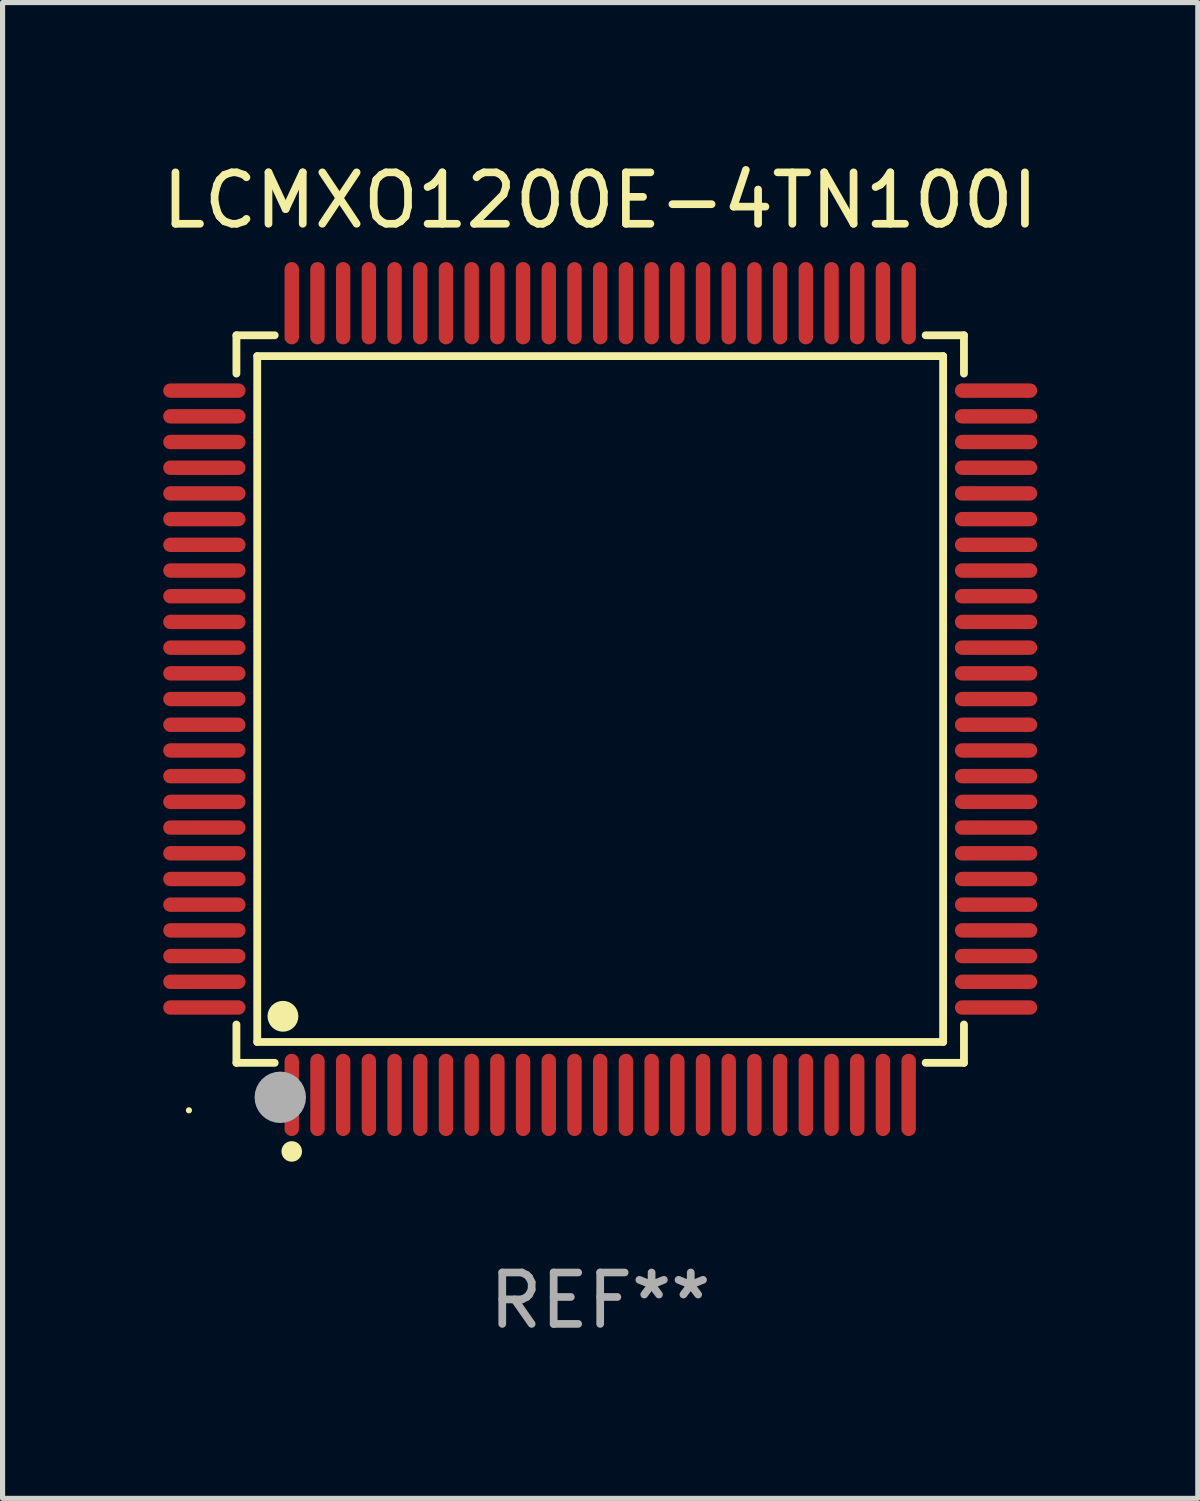
<source format=kicad_pcb>
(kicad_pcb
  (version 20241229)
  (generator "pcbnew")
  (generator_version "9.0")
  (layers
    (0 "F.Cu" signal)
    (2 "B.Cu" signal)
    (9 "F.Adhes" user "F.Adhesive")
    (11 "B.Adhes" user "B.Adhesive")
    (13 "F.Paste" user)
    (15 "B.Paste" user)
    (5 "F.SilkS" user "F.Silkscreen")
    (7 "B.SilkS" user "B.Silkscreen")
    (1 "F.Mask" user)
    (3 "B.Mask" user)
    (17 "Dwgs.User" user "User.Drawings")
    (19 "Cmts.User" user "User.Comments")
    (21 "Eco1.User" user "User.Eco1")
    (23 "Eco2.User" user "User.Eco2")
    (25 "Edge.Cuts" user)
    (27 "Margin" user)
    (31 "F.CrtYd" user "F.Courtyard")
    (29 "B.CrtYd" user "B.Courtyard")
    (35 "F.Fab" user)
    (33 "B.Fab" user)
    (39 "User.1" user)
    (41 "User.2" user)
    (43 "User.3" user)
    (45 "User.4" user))
  (footprint "LCMXO1200E-4TN100I"
    (layer "F.Cu")
    (at 8.625 10.548)
    (property "Reference" "LCMXO1200E-4TN100I" (at 0 -9.7 0) (layer "F.SilkS") (effects (font (size 1 1) (thickness 0.15))))
    (attr through_hole)
    (fp_line (start -7.076 -7.076) (end -6.331 -7.076) (stroke (width 0.152) (type solid)) (layer "F.SilkS"))
    (fp_line (start -7.076 -6.331) (end -7.076 -7.076) (stroke (width 0.152) (type solid)) (layer "F.SilkS"))
    (fp_line (start -7.076 6.331) (end -7.076 7.076) (stroke (width 0.152) (type solid)) (layer "F.SilkS"))
    (fp_line (start -7.076 7.076) (end -6.331 7.076) (stroke (width 0.152) (type solid)) (layer "F.SilkS"))
    (fp_line (start -6.671 -6.671) (end 6.671 -6.671) (stroke (width 0.152) (type solid)) (layer "F.SilkS"))
    (fp_line (start -6.671 6.671) (end -6.671 -6.671) (stroke (width 0.152) (type solid)) (layer "F.SilkS"))
    (fp_line (start 6.671 -6.671) (end 6.671 6.671) (stroke (width 0.152) (type solid)) (layer "F.SilkS"))
    (fp_line (start 6.671 6.671) (end -6.671 6.671) (stroke (width 0.152) (type solid)) (layer "F.SilkS"))
    (fp_line (start 7.076 -7.076) (end 6.331 -7.076) (stroke (width 0.152) (type solid)) (layer "F.SilkS"))
    (fp_line (start 7.076 -6.331) (end 7.076 -7.076) (stroke (width 0.152) (type solid)) (layer "F.SilkS"))
    (fp_line (start 7.076 6.331) (end 7.076 7.076) (stroke (width 0.152) (type solid)) (layer "F.SilkS"))
    (fp_line (start 7.076 7.076) (end 6.331 7.076) (stroke (width 0.152) (type solid)) (layer "F.SilkS"))
    (fp_circle (center -8 8) (end -7.97 8) (stroke (width 0.06) (type solid)) (fill no) (layer "F.SilkS"))
    (fp_circle (center -6.171 6.171) (end -6.021 6.171) (stroke (width 0.3) (type solid)) (fill no) (layer "F.SilkS"))
    (fp_circle (center -6 8.8) (end -5.9 8.8) (stroke (width 0.2) (type solid)) (fill no) (layer "F.SilkS"))
    (fp_circle (center -6.223 7.747) (end -5.973 7.747) (stroke (width 0.5) (type solid)) (fill no) (layer "F.Fab"))
    (fp_text user "REF**" (at 0 11.7 0) (layer "F.Fab") (effects (font (size 1 1) (thickness 0.15))))
    (pad "1" smd oval (at -6 7.7) (size 0.28 1.6) (layers "F.Cu" "F.Mask" "F.Paste"))
    (pad "2" smd oval (at -5.5 7.7) (size 0.28 1.6) (layers "F.Cu" "F.Mask" "F.Paste"))
    (pad "3" smd oval (at -5 7.7) (size 0.28 1.6) (layers "F.Cu" "F.Mask" "F.Paste"))
    (pad "4" smd oval (at -4.5 7.7) (size 0.28 1.6) (layers "F.Cu" "F.Mask" "F.Paste"))
    (pad "5" smd oval (at -4 7.7) (size 0.28 1.6) (layers "F.Cu" "F.Mask" "F.Paste"))
    (pad "6" smd oval (at -3.5 7.7) (size 0.28 1.6) (layers "F.Cu" "F.Mask" "F.Paste"))
    (pad "7" smd oval (at -3 7.7) (size 0.28 1.6) (layers "F.Cu" "F.Mask" "F.Paste"))
    (pad "8" smd oval (at -2.5 7.7) (size 0.28 1.6) (layers "F.Cu" "F.Mask" "F.Paste"))
    (pad "9" smd oval (at -2 7.7) (size 0.28 1.6) (layers "F.Cu" "F.Mask" "F.Paste"))
    (pad "10" smd oval (at -1.5 7.7) (size 0.28 1.6) (layers "F.Cu" "F.Mask" "F.Paste"))
    (pad "11" smd oval (at -1 7.7) (size 0.28 1.6) (layers "F.Cu" "F.Mask" "F.Paste"))
    (pad "12" smd oval (at -0.5 7.7) (size 0.28 1.6) (layers "F.Cu" "F.Mask" "F.Paste"))
    (pad "13" smd oval (at 0 7.7) (size 0.28 1.6) (layers "F.Cu" "F.Mask" "F.Paste"))
    (pad "14" smd oval (at 0.5 7.7) (size 0.28 1.6) (layers "F.Cu" "F.Mask" "F.Paste"))
    (pad "15" smd oval (at 1 7.7) (size 0.28 1.6) (layers "F.Cu" "F.Mask" "F.Paste"))
    (pad "16" smd oval (at 1.5 7.7) (size 0.28 1.6) (layers "F.Cu" "F.Mask" "F.Paste"))
    (pad "17" smd oval (at 2 7.7) (size 0.28 1.6) (layers "F.Cu" "F.Mask" "F.Paste"))
    (pad "18" smd oval (at 2.5 7.7) (size 0.28 1.6) (layers "F.Cu" "F.Mask" "F.Paste"))
    (pad "19" smd oval (at 3 7.7) (size 0.28 1.6) (layers "F.Cu" "F.Mask" "F.Paste"))
    (pad "20" smd oval (at 3.5 7.7) (size 0.28 1.6) (layers "F.Cu" "F.Mask" "F.Paste"))
    (pad "21" smd oval (at 4 7.7) (size 0.28 1.6) (layers "F.Cu" "F.Mask" "F.Paste"))
    (pad "22" smd oval (at 4.5 7.7) (size 0.28 1.6) (layers "F.Cu" "F.Mask" "F.Paste"))
    (pad "23" smd oval (at 5 7.7) (size 0.28 1.6) (layers "F.Cu" "F.Mask" "F.Paste"))
    (pad "24" smd oval (at 5.5 7.7) (size 0.28 1.6) (layers "F.Cu" "F.Mask" "F.Paste"))
    (pad "25" smd oval (at 6 7.7) (size 0.28 1.6) (layers "F.Cu" "F.Mask" "F.Paste"))
    (pad "26" smd oval (at 7.7 6) (size 1.6 0.28) (layers "F.Cu" "F.Mask" "F.Paste"))
    (pad "27" smd oval (at 7.7 5.5) (size 1.6 0.28) (layers "F.Cu" "F.Mask" "F.Paste"))
    (pad "28" smd oval (at 7.7 5) (size 1.6 0.28) (layers "F.Cu" "F.Mask" "F.Paste"))
    (pad "29" smd oval (at 7.7 4.5) (size 1.6 0.28) (layers "F.Cu" "F.Mask" "F.Paste"))
    (pad "30" smd oval (at 7.7 4) (size 1.6 0.28) (layers "F.Cu" "F.Mask" "F.Paste"))
    (pad "31" smd oval (at 7.7 3.5) (size 1.6 0.28) (layers "F.Cu" "F.Mask" "F.Paste"))
    (pad "32" smd oval (at 7.7 3) (size 1.6 0.28) (layers "F.Cu" "F.Mask" "F.Paste"))
    (pad "33" smd oval (at 7.7 2.5) (size 1.6 0.28) (layers "F.Cu" "F.Mask" "F.Paste"))
    (pad "34" smd oval (at 7.7 2) (size 1.6 0.28) (layers "F.Cu" "F.Mask" "F.Paste"))
    (pad "35" smd oval (at 7.7 1.5) (size 1.6 0.28) (layers "F.Cu" "F.Mask" "F.Paste"))
    (pad "36" smd oval (at 7.7 1) (size 1.6 0.28) (layers "F.Cu" "F.Mask" "F.Paste"))
    (pad "37" smd oval (at 7.7 0.5) (size 1.6 0.28) (layers "F.Cu" "F.Mask" "F.Paste"))
    (pad "38" smd oval (at 7.7 0) (size 1.6 0.28) (layers "F.Cu" "F.Mask" "F.Paste"))
    (pad "39" smd oval (at 7.7 -0.5) (size 1.6 0.28) (layers "F.Cu" "F.Mask" "F.Paste"))
    (pad "40" smd oval (at 7.7 -1) (size 1.6 0.28) (layers "F.Cu" "F.Mask" "F.Paste"))
    (pad "41" smd oval (at 7.7 -1.5) (size 1.6 0.28) (layers "F.Cu" "F.Mask" "F.Paste"))
    (pad "42" smd oval (at 7.7 -2) (size 1.6 0.28) (layers "F.Cu" "F.Mask" "F.Paste"))
    (pad "43" smd oval (at 7.7 -2.5) (size 1.6 0.28) (layers "F.Cu" "F.Mask" "F.Paste"))
    (pad "44" smd oval (at 7.7 -3) (size 1.6 0.28) (layers "F.Cu" "F.Mask" "F.Paste"))
    (pad "45" smd oval (at 7.7 -3.5) (size 1.6 0.28) (layers "F.Cu" "F.Mask" "F.Paste"))
    (pad "46" smd oval (at 7.7 -4) (size 1.6 0.28) (layers "F.Cu" "F.Mask" "F.Paste"))
    (pad "47" smd oval (at 7.7 -4.5) (size 1.6 0.28) (layers "F.Cu" "F.Mask" "F.Paste"))
    (pad "48" smd oval (at 7.7 -5) (size 1.6 0.28) (layers "F.Cu" "F.Mask" "F.Paste"))
    (pad "49" smd oval (at 7.7 -5.5) (size 1.6 0.28) (layers "F.Cu" "F.Mask" "F.Paste"))
    (pad "50" smd oval (at 7.7 -6) (size 1.6 0.28) (layers "F.Cu" "F.Mask" "F.Paste"))
    (pad "51" smd oval (at 6 -7.7) (size 0.28 1.6) (layers "F.Cu" "F.Mask" "F.Paste"))
    (pad "52" smd oval (at 5.5 -7.7) (size 0.28 1.6) (layers "F.Cu" "F.Mask" "F.Paste"))
    (pad "53" smd oval (at 5 -7.7) (size 0.28 1.6) (layers "F.Cu" "F.Mask" "F.Paste"))
    (pad "54" smd oval (at 4.5 -7.7) (size 0.28 1.6) (layers "F.Cu" "F.Mask" "F.Paste"))
    (pad "55" smd oval (at 4 -7.7) (size 0.28 1.6) (layers "F.Cu" "F.Mask" "F.Paste"))
    (pad "56" smd oval (at 3.5 -7.7) (size 0.28 1.6) (layers "F.Cu" "F.Mask" "F.Paste"))
    (pad "57" smd oval (at 3 -7.7) (size 0.28 1.6) (layers "F.Cu" "F.Mask" "F.Paste"))
    (pad "58" smd oval (at 2.5 -7.7) (size 0.28 1.6) (layers "F.Cu" "F.Mask" "F.Paste"))
    (pad "59" smd oval (at 2 -7.7) (size 0.28 1.6) (layers "F.Cu" "F.Mask" "F.Paste"))
    (pad "60" smd oval (at 1.5 -7.7) (size 0.28 1.6) (layers "F.Cu" "F.Mask" "F.Paste"))
    (pad "61" smd oval (at 1 -7.7) (size 0.28 1.6) (layers "F.Cu" "F.Mask" "F.Paste"))
    (pad "62" smd oval (at 0.5 -7.7) (size 0.28 1.6) (layers "F.Cu" "F.Mask" "F.Paste"))
    (pad "63" smd oval (at 0 -7.7) (size 0.28 1.6) (layers "F.Cu" "F.Mask" "F.Paste"))
    (pad "64" smd oval (at -0.5 -7.7) (size 0.28 1.6) (layers "F.Cu" "F.Mask" "F.Paste"))
    (pad "65" smd oval (at -1 -7.7) (size 0.28 1.6) (layers "F.Cu" "F.Mask" "F.Paste"))
    (pad "66" smd oval (at -1.5 -7.7) (size 0.28 1.6) (layers "F.Cu" "F.Mask" "F.Paste"))
    (pad "67" smd oval (at -2 -7.7) (size 0.28 1.6) (layers "F.Cu" "F.Mask" "F.Paste"))
    (pad "68" smd oval (at -2.5 -7.7) (size 0.28 1.6) (layers "F.Cu" "F.Mask" "F.Paste"))
    (pad "69" smd oval (at -3 -7.7) (size 0.28 1.6) (layers "F.Cu" "F.Mask" "F.Paste"))
    (pad "70" smd oval (at -3.5 -7.7) (size 0.28 1.6) (layers "F.Cu" "F.Mask" "F.Paste"))
    (pad "71" smd oval (at -4 -7.7) (size 0.28 1.6) (layers "F.Cu" "F.Mask" "F.Paste"))
    (pad "72" smd oval (at -4.5 -7.7) (size 0.28 1.6) (layers "F.Cu" "F.Mask" "F.Paste"))
    (pad "73" smd oval (at -5 -7.7) (size 0.28 1.6) (layers "F.Cu" "F.Mask" "F.Paste"))
    (pad "74" smd oval (at -5.5 -7.7) (size 0.28 1.6) (layers "F.Cu" "F.Mask" "F.Paste"))
    (pad "75" smd oval (at -6 -7.7) (size 0.28 1.6) (layers "F.Cu" "F.Mask" "F.Paste"))
    (pad "76" smd oval (at -7.7 -6) (size 1.6 0.28) (layers "F.Cu" "F.Mask" "F.Paste"))
    (pad "77" smd oval (at -7.7 -5.5) (size 1.6 0.28) (layers "F.Cu" "F.Mask" "F.Paste"))
    (pad "78" smd oval (at -7.7 -5) (size 1.6 0.28) (layers "F.Cu" "F.Mask" "F.Paste"))
    (pad "79" smd oval (at -7.7 -4.5) (size 1.6 0.28) (layers "F.Cu" "F.Mask" "F.Paste"))
    (pad "80" smd oval (at -7.7 -4) (size 1.6 0.28) (layers "F.Cu" "F.Mask" "F.Paste"))
    (pad "81" smd oval (at -7.7 -3.5) (size 1.6 0.28) (layers "F.Cu" "F.Mask" "F.Paste"))
    (pad "82" smd oval (at -7.7 -3) (size 1.6 0.28) (layers "F.Cu" "F.Mask" "F.Paste"))
    (pad "83" smd oval (at -7.7 -2.5) (size 1.6 0.28) (layers "F.Cu" "F.Mask" "F.Paste"))
    (pad "84" smd oval (at -7.7 -2) (size 1.6 0.28) (layers "F.Cu" "F.Mask" "F.Paste"))
    (pad "85" smd oval (at -7.7 -1.5) (size 1.6 0.28) (layers "F.Cu" "F.Mask" "F.Paste"))
    (pad "86" smd oval (at -7.7 -1) (size 1.6 0.28) (layers "F.Cu" "F.Mask" "F.Paste"))
    (pad "87" smd oval (at -7.7 -0.5) (size 1.6 0.28) (layers "F.Cu" "F.Mask" "F.Paste"))
    (pad "88" smd oval (at -7.7 0) (size 1.6 0.28) (layers "F.Cu" "F.Mask" "F.Paste"))
    (pad "89" smd oval (at -7.7 0.5) (size 1.6 0.28) (layers "F.Cu" "F.Mask" "F.Paste"))
    (pad "90" smd oval (at -7.7 1) (size 1.6 0.28) (layers "F.Cu" "F.Mask" "F.Paste"))
    (pad "91" smd oval (at -7.7 1.5) (size 1.6 0.28) (layers "F.Cu" "F.Mask" "F.Paste"))
    (pad "92" smd oval (at -7.7 2) (size 1.6 0.28) (layers "F.Cu" "F.Mask" "F.Paste"))
    (pad "93" smd oval (at -7.7 2.5) (size 1.6 0.28) (layers "F.Cu" "F.Mask" "F.Paste"))
    (pad "94" smd oval (at -7.7 3) (size 1.6 0.28) (layers "F.Cu" "F.Mask" "F.Paste"))
    (pad "95" smd oval (at -7.7 3.5) (size 1.6 0.28) (layers "F.Cu" "F.Mask" "F.Paste"))
    (pad "96" smd oval (at -7.7 4) (size 1.6 0.28) (layers "F.Cu" "F.Mask" "F.Paste"))
    (pad "97" smd oval (at -7.7 4.5) (size 1.6 0.28) (layers "F.Cu" "F.Mask" "F.Paste"))
    (pad "98" smd oval (at -7.7 5) (size 1.6 0.28) (layers "F.Cu" "F.Mask" "F.Paste"))
    (pad "99" smd oval (at -7.7 5.5) (size 1.6 0.28) (layers "F.Cu" "F.Mask" "F.Paste"))
    (pad "100" smd oval (at -7.7 6) (size 1.6 0.28) (layers "F.Cu" "F.Mask" "F.Paste")))
  (gr_rect
    (start -3 -3)
    (end 20.25 26.097)
    (stroke (width 0.1) (type default))
    (fill no)
    (layer "Edge.Cuts")))
</source>
